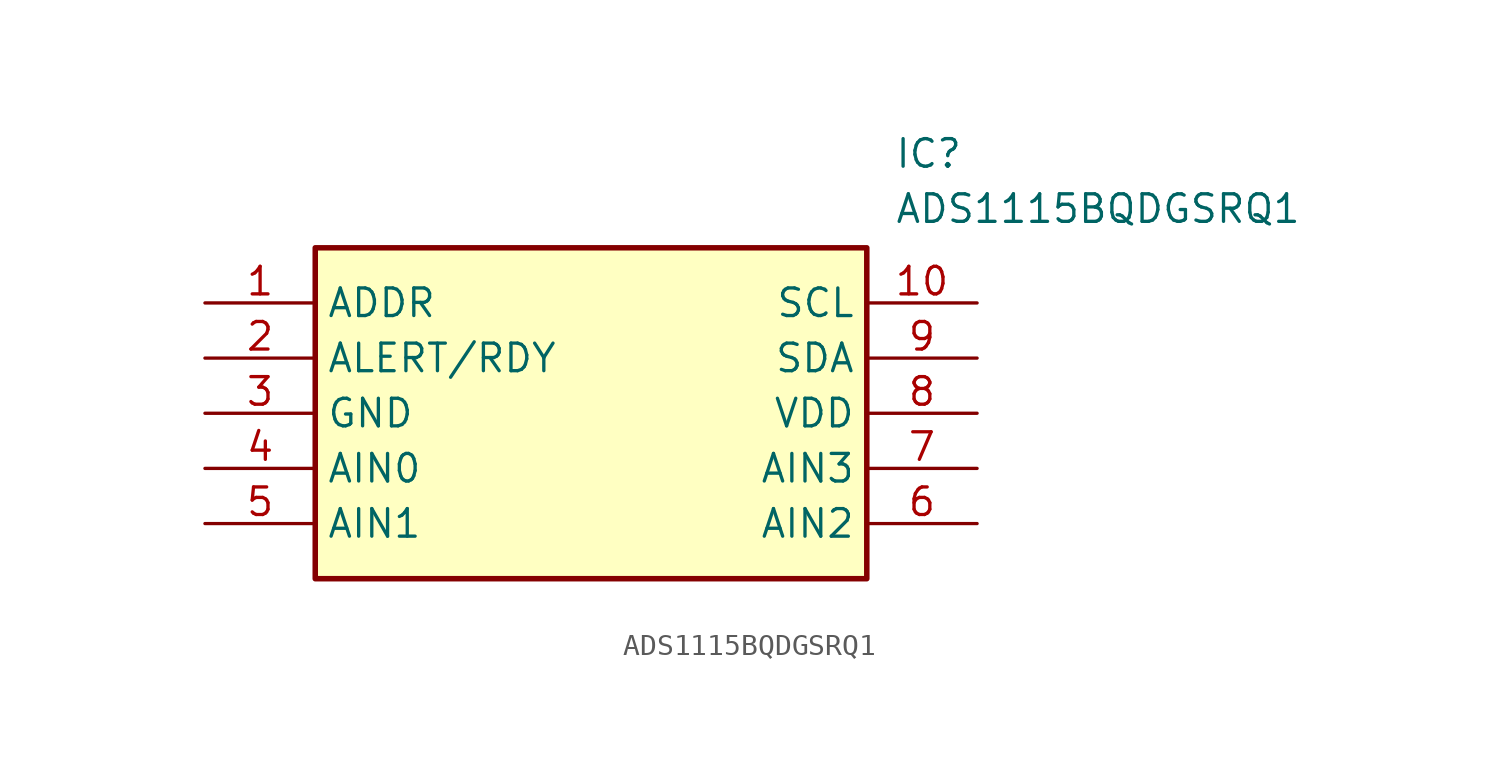
<source format=kicad_sym>
(kicad_symbol_lib
  (version 20231120)
  (generator "kicad_symbol_editor")
  (generator_version "8.0")
  (symbol "ADS1115BQDGSRQ1"
    (property "Reference" "IC"
      (at 31.75 7.62 0)
      (effects (font (size 1.27 1.27)) (justify left top)))
    (property "Value" "ADS1115BQDGSRQ1"
      (at 31.75 5.08 0)
      (effects (font (size 1.27 1.27)) (justify left top)))
    (symbol "ADS1115BQDGSRQ1_1_1"
      (rectangle (start 5.08 2.54) (end 30.48 -12.7) (stroke (width 0.254) (type default)) (fill (type background)))
      (pin passive line (at 0 0 0) (length 5.08) (name "ADDR" (effects (font (size 1.27 1.27)))) (number "1" (effects (font (size 1.27 1.27)))))
      (pin passive line (at 35.56 0 180) (length 5.08) (name "SCL" (effects (font (size 1.27 1.27)))) (number "10" (effects (font (size 1.27 1.27)))))
      (pin passive line (at 0 -2.54 0) (length 5.08) (name "ALERT/RDY" (effects (font (size 1.27 1.27)))) (number "2" (effects (font (size 1.27 1.27)))))
      (pin passive line (at 0 -5.08 0) (length 5.08) (name "GND" (effects (font (size 1.27 1.27)))) (number "3" (effects (font (size 1.27 1.27)))))
      (pin passive line (at 0 -7.62 0) (length 5.08) (name "AIN0" (effects (font (size 1.27 1.27)))) (number "4" (effects (font (size 1.27 1.27)))))
      (pin passive line (at 0 -10.16 0) (length 5.08) (name "AIN1" (effects (font (size 1.27 1.27)))) (number "5" (effects (font (size 1.27 1.27)))))
      (pin passive line (at 35.56 -10.16 180) (length 5.08) (name "AIN2" (effects (font (size 1.27 1.27)))) (number "6" (effects (font (size 1.27 1.27)))))
      (pin passive line (at 35.56 -7.62 180) (length 5.08) (name "AIN3" (effects (font (size 1.27 1.27)))) (number "7" (effects (font (size 1.27 1.27)))))
      (pin passive line (at 35.56 -5.08 180) (length 5.08) (name "VDD" (effects (font (size 1.27 1.27)))) (number "8" (effects (font (size 1.27 1.27)))))
      (pin passive line (at 35.56 -2.54 180) (length 5.08) (name "SDA" (effects (font (size 1.27 1.27)))) (number "9" (effects (font (size 1.27 1.27))))))))
</source>
